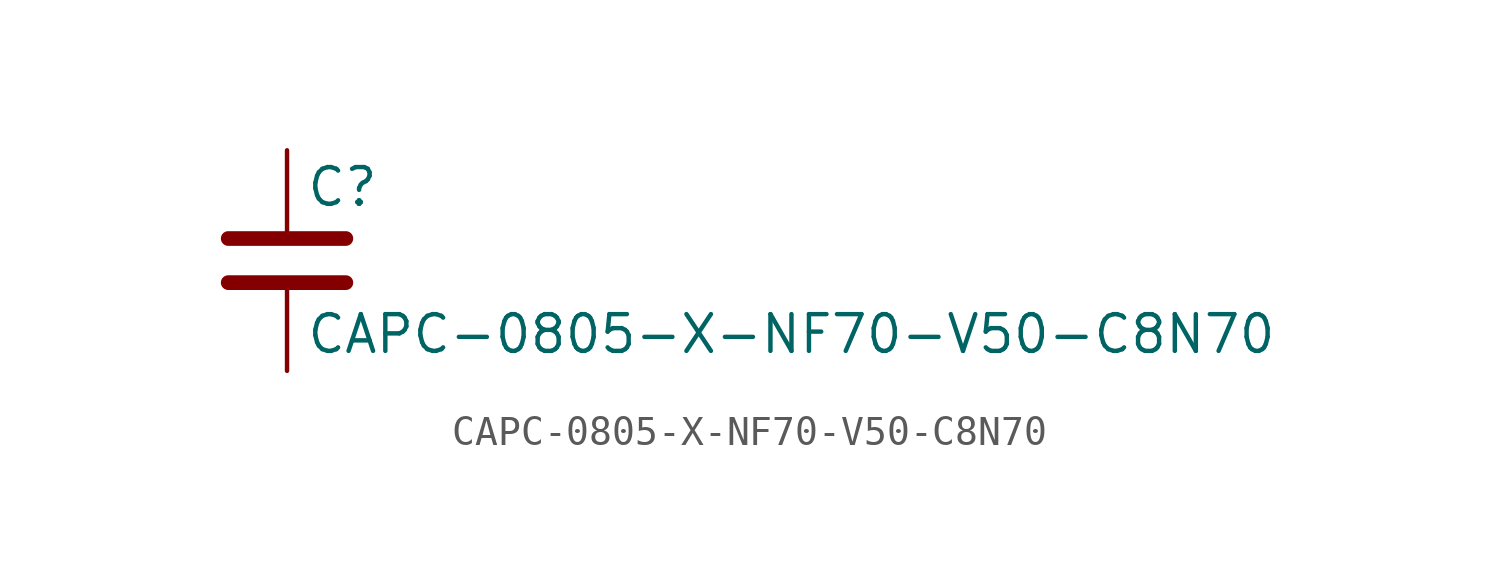
<source format=kicad_sym>
(kicad_symbol_lib
  (version 20211014)
  (generator kicad_symbol_editor)
  (symbol "CAPC-0805-X-NF70-V50-C8N70"
    (pin_numbers hide)
    (pin_names
      (offset 0.254))
    (property "Reference" "C"
      (at 0.635 2.54 0)
      (effects (font (size 1.27 1.27)) (justify left)))
    (property "Value" "CAPC-0805-X-NF70-V50-C8N70"
      (at 0.635 -2.54 0)
      (effects (font (size 1.27 1.27)) (justify left)))
    (symbol "CAPC-0805-X-NF70-V50-C8N70_0_1"
      (polyline (pts (xy -2.032 -0.762) (xy 2.032 -0.762)) (stroke (width 0.508) (type default) (color 0 0 0 0)) (fill (type none)))
      (polyline (pts (xy -2.032 0.762) (xy 2.032 0.762)) (stroke (width 0.508) (type default) (color 0 0 0 0)) (fill (type none))))
    (symbol "CAPC-0805-X-NF70-V50-C8N70_1_1"
      (pin passive line (at 0 3.81 270) (length 2.794) (name "~" (effects (font (size 1.27 1.27)))) (number "1" (effects (font (size 1.27 1.27)))))
      (pin passive line (at 0 -3.81 90) (length 2.794) (name "~" (effects (font (size 1.27 1.27)))) (number "2" (effects (font (size 1.27 1.27))))))))
</source>
